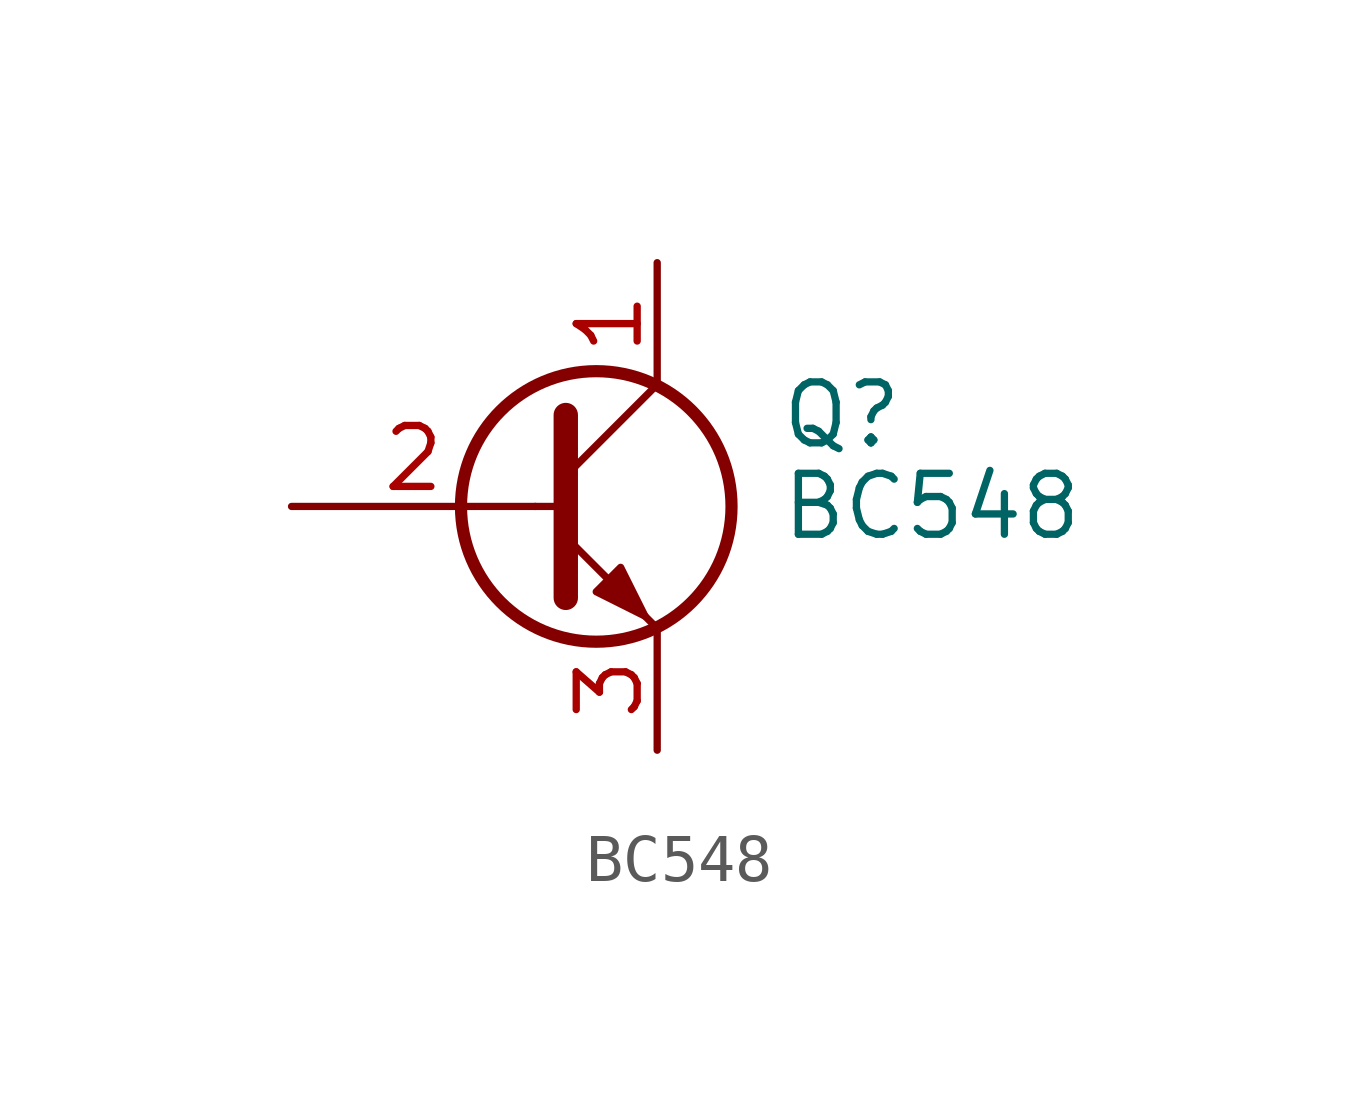
<source format=kicad_sym>
(kicad_symbol_lib
  (version 20220914)
  (generator kicad_symbol_editor)
  (symbol "BC548"
    (pin_names
      (offset 0) hide)
    (property "Reference" "Q"
      (at 5.08 1.905 0)
      (effects (font (size 1.27 1.27)) (justify left)))
    (property "Value" "BC548"
      (at 5.08 0 0)
      (effects (font (size 1.27 1.27)) (justify left)))
    (symbol "BC548_0_1"
      (polyline (pts (xy 0 0) (xy 0.635 0)) (stroke (width 0) (type default)) (fill (type none)))
      (polyline (pts (xy 0.635 0.635) (xy 2.54 2.54)) (stroke (width 0) (type default)) (fill (type none)))
      (polyline (pts (xy 0.635 -0.635) (xy 2.54 -2.54) (xy 2.54 -2.54)) (stroke (width 0) (type default)) (fill (type none)))
      (polyline (pts (xy 0.635 1.905) (xy 0.635 -1.905) (xy 0.635 -1.905)) (stroke (width 0.508) (type default)) (fill (type none)))
      (polyline (pts (xy 1.27 -1.778) (xy 1.778 -1.27) (xy 2.286 -2.286) (xy 1.27 -1.778) (xy 1.27 -1.778)) (stroke (width 0) (type default)) (fill (type outline)))
      (circle (center 1.27 0) (radius 2.819) (stroke (width 0.254) (type default)) (fill (type none))))
    (symbol "BC548_1_1"
      (pin passive line (at 2.54 5.08 270) (length 2.54) (name "C" (effects (font (size 1.27 1.27)))) (number "1" (effects (font (size 1.27 1.27)))))
      (pin input line (at -5.08 0 0) (length 5.08) (name "B" (effects (font (size 1.27 1.27)))) (number "2" (effects (font (size 1.27 1.27)))))
      (pin passive line (at 2.54 -5.08 90) (length 2.54) (name "E" (effects (font (size 1.27 1.27)))) (number "3" (effects (font (size 1.27 1.27))))))))
</source>
